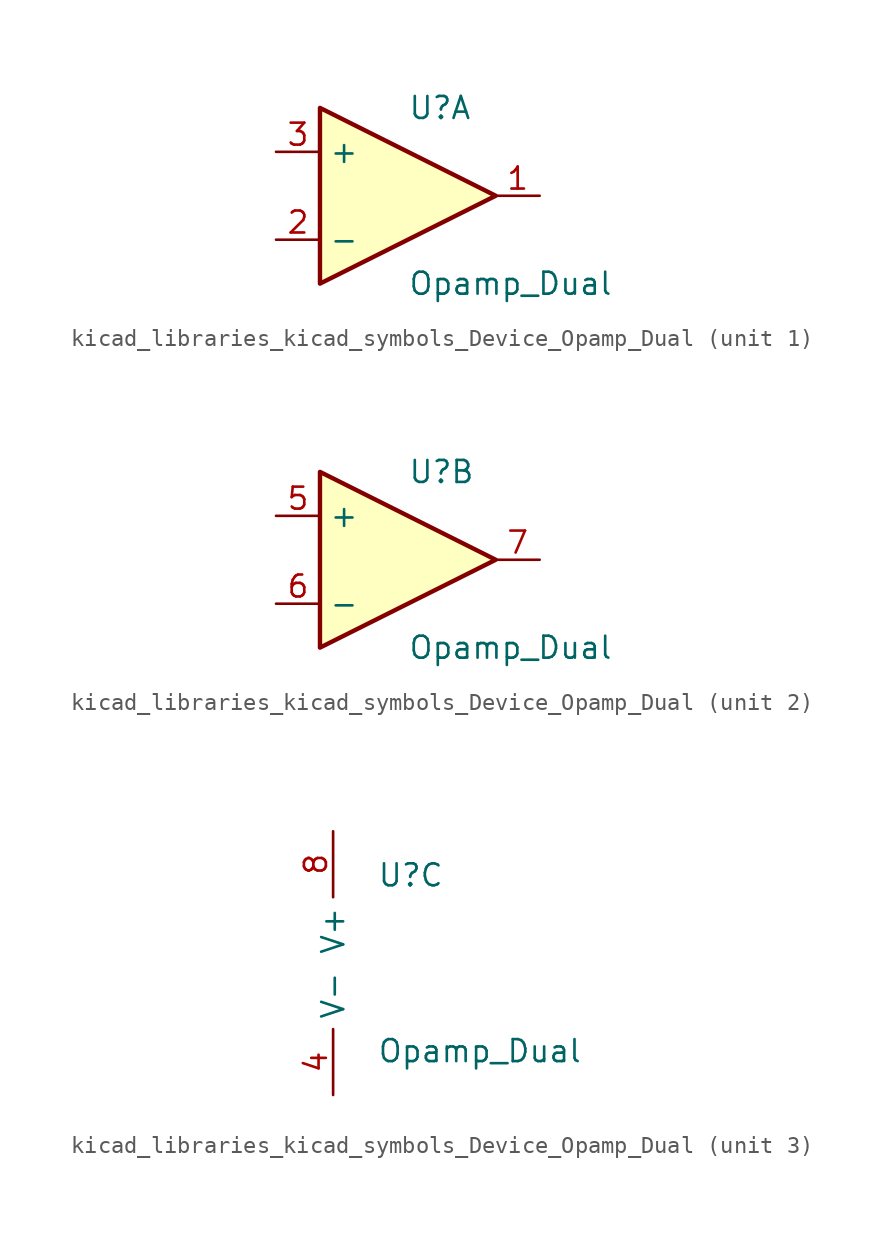
<source format=kicad_sym>
(kicad_symbol_lib
  (version 20220914)
  (generator kicad_symbol_editor)
  (symbol "kicad_libraries_kicad_symbols_Device_Opamp_Dual"
    (property "Reference" "U"
      (at 0 5.08 0)
      (effects (font (size 1.27 1.27)) (justify left)))
    (property "Value" "Opamp_Dual"
      (at 0 -5.08 0)
      (effects (font (size 1.27 1.27)) (justify left)))
    (property "ki_locked" ""
      (at 0 0 0)
      (effects (font (size 1.27 1.27))))
    (symbol "kicad_libraries_kicad_symbols_Device_Opamp_Dual_1_1"
      (polyline (pts (xy -5.08 5.08) (xy 5.08 0) (xy -5.08 -5.08) (xy -5.08 5.08)) (stroke (width 0.254) (type default)) (fill (type background)))
      (pin output line (at 7.62 0 180) (length 2.54) (name "~" (effects (font (size 1.27 1.27)))) (number "1" (effects (font (size 1.27 1.27)))))
      (pin input line (at -7.62 -2.54 0) (length 2.54) (name "-" (effects (font (size 1.27 1.27)))) (number "2" (effects (font (size 1.27 1.27)))))
      (pin input line (at -7.62 2.54 0) (length 2.54) (name "+" (effects (font (size 1.27 1.27)))) (number "3" (effects (font (size 1.27 1.27))))))
    (symbol "kicad_libraries_kicad_symbols_Device_Opamp_Dual_2_1"
      (polyline (pts (xy -5.08 5.08) (xy 5.08 0) (xy -5.08 -5.08) (xy -5.08 5.08)) (stroke (width 0.254) (type default)) (fill (type background)))
      (pin input line (at -7.62 2.54 0) (length 2.54) (name "+" (effects (font (size 1.27 1.27)))) (number "5" (effects (font (size 1.27 1.27)))))
      (pin input line (at -7.62 -2.54 0) (length 2.54) (name "-" (effects (font (size 1.27 1.27)))) (number "6" (effects (font (size 1.27 1.27)))))
      (pin output line (at 7.62 0 180) (length 2.54) (name "~" (effects (font (size 1.27 1.27)))) (number "7" (effects (font (size 1.27 1.27))))))
    (symbol "kicad_libraries_kicad_symbols_Device_Opamp_Dual_3_1"
      (pin power_in line (at -2.54 -7.62 90) (length 3.81) (name "V-" (effects (font (size 1.27 1.27)))) (number "4" (effects (font (size 1.27 1.27)))))
      (pin power_in line (at -2.54 7.62 270) (length 3.81) (name "V+" (effects (font (size 1.27 1.27)))) (number "8" (effects (font (size 1.27 1.27))))))))
</source>
